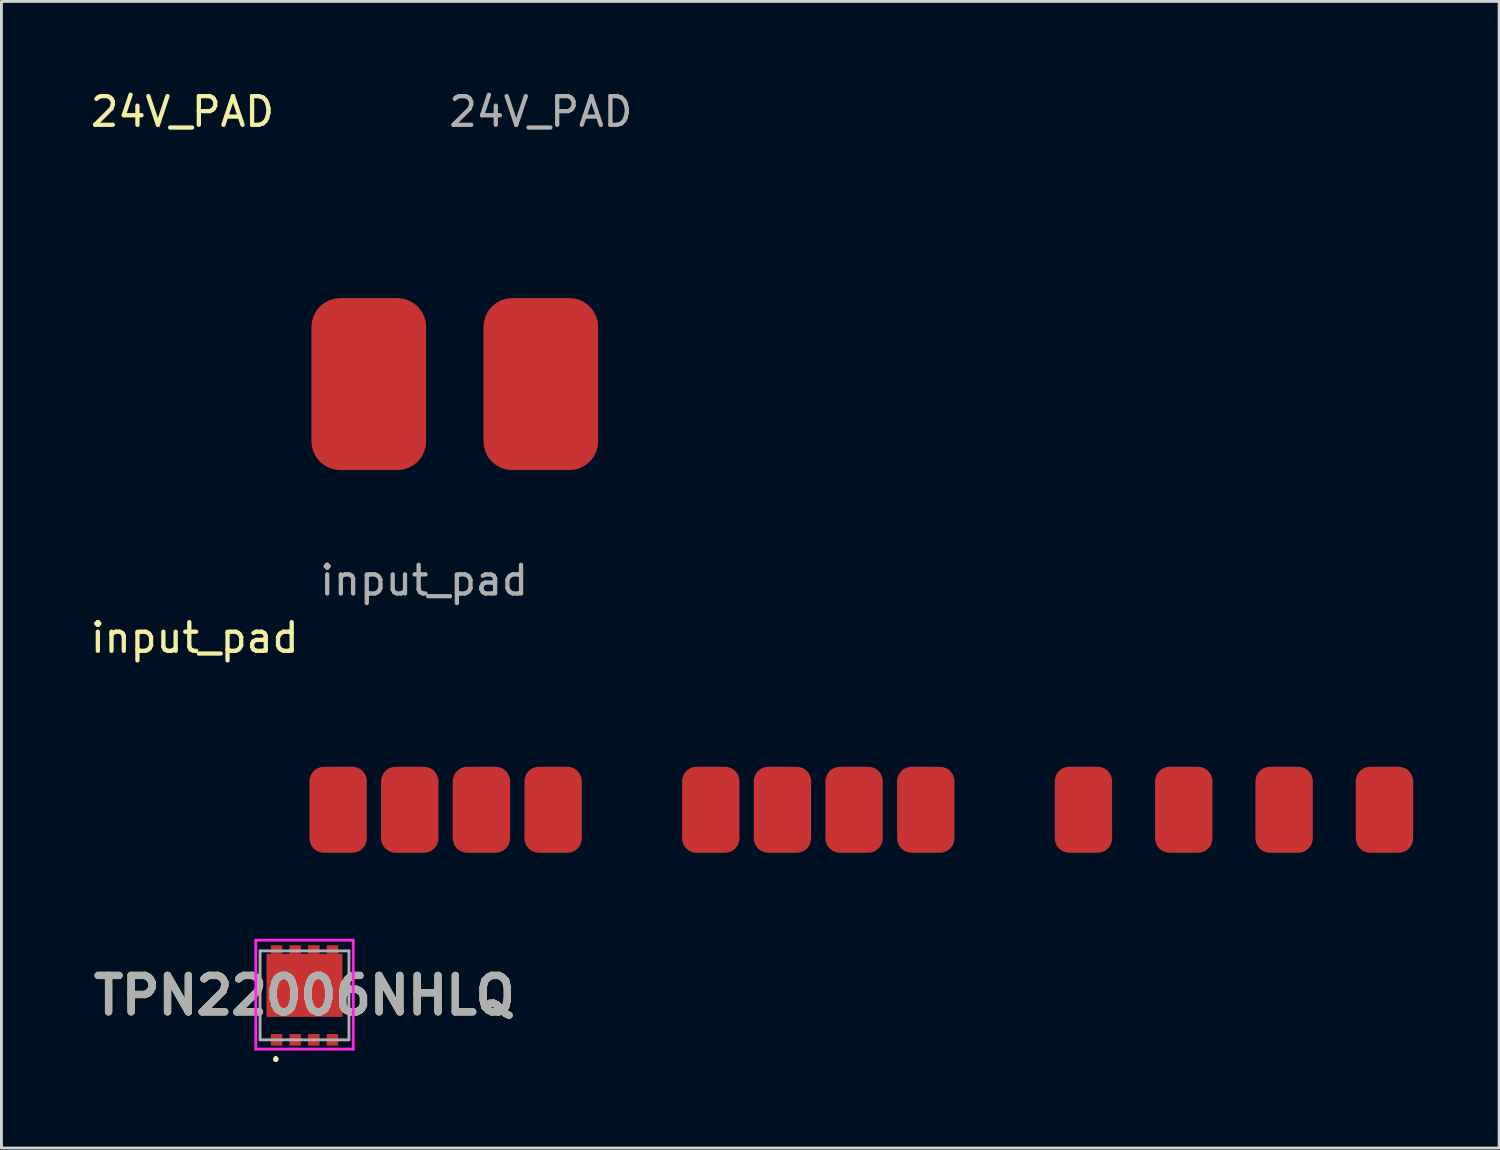
<source format=kicad_pcb>
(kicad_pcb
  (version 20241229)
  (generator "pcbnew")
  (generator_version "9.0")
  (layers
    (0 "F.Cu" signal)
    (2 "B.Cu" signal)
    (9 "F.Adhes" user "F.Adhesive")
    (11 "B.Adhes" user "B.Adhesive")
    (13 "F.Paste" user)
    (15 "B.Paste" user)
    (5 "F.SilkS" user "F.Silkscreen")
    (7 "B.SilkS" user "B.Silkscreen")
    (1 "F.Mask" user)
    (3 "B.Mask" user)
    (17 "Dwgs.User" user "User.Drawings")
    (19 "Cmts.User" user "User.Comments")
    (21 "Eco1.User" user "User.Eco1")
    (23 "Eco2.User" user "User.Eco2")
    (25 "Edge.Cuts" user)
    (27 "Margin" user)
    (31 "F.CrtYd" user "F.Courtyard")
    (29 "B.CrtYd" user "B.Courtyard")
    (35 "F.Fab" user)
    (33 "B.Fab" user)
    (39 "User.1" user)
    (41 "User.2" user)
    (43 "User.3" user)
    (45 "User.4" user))
  (footprint "24V_PAD"
    (layer "F.Cu")
    (at 9.815 10.348)
    (property "Reference" "24V_PAD" (at -6.5 -9.5 0) (unlocked yes) (layer "F.SilkS") (effects (font (size 1 1) (thickness 0.15))))
    (attr smd)
    (fp_text user "${REFERENCE}" (at 6 -9.5 0) (unlocked yes) (layer "F.Fab") (effects (font (size 1 1) (thickness 0.15))))
    (pad "1" smd roundrect (at 0 0) (size 4 6) (layers "F.Cu" "F.Mask" "F.Paste") (roundrect_rratio 0.25))
    (pad "2" smd roundrect (at 6 0) (size 4 6) (layers "F.Cu" "F.Mask" "F.Paste") (roundrect_rratio 0.25)))
  (footprint "input_pad"
    (layer "F.Cu")
    (at 8.744 25.197)
    (property "Reference" "input_pad" (at -5 -6 0) (unlocked yes) (layer "F.SilkS") (effects (font (size 1 1) (thickness 0.15))))
    (attr smd)
    (fp_text user "${REFERENCE}" (at 3 -8 0) (unlocked yes) (layer "F.Fab") (effects (font (size 1 1) (thickness 0.15))))
    (pad "1" smd roundrect (at 36.5 0) (size 2 3) (layers "F.Cu" "F.Mask" "F.Paste") (roundrect_rratio 0.25))
    (pad "2" smd roundrect (at 33 0) (size 2 3) (layers "F.Cu" "F.Mask" "F.Paste") (roundrect_rratio 0.25))
    (pad "3" smd roundrect (at 29.5 0) (size 2 3) (layers "F.Cu" "F.Mask" "F.Paste") (roundrect_rratio 0.25))
    (pad "4" smd roundrect (at 26 0) (size 2 3) (layers "F.Cu" "F.Mask" "F.Paste") (roundrect_rratio 0.25))
    (pad "5" smd roundrect (at 20.5 0) (size 2 3) (layers "F.Cu" "F.Mask" "F.Paste") (roundrect_rratio 0.25))
    (pad "6" smd roundrect (at 18 0) (size 2 3) (layers "F.Cu" "F.Mask" "F.Paste") (roundrect_rratio 0.25))
    (pad "7" smd roundrect (at 15.5 0) (size 2 3) (layers "F.Cu" "F.Mask" "F.Paste") (roundrect_rratio 0.25))
    (pad "8" smd roundrect (at 13 0) (size 2 3) (layers "F.Cu" "F.Mask" "F.Paste") (roundrect_rratio 0.25))
    (pad "9" smd roundrect (at 7.5 0) (size 2 3) (layers "F.Cu" "F.Mask" "F.Paste") (roundrect_rratio 0.25))
    (pad "10" smd roundrect (at 5 0) (size 2 3) (layers "F.Cu" "F.Mask" "F.Paste") (roundrect_rratio 0.25))
    (pad "11" smd roundrect (at 2.5 0) (size 2 3) (layers "F.Cu" "F.Mask" "F.Paste") (roundrect_rratio 0.25))
    (pad "12" smd roundrect (at 0 0) (size 2 3) (layers "F.Cu" "F.Mask" "F.Paste") (roundrect_rratio 0.25)))
  (footprint "TPN22006NHLQ"
    (layer "F.Cu")
    (at 7.572 31.646)
    (property "Reference" "TPN22006NHLQ" (at 0 0.025 0) (layer "F.SilkS") (effects (font (size 1.27 1.27) (thickness 0.254))))
    (attr smd)
    (fp_line (start -1 2.2) (end -1 2.2) (stroke (width 0.1) (type solid)) (layer "F.SilkS"))
    (fp_line (start -1 2.3) (end -1 2.3) (stroke (width 0.1) (type solid)) (layer "F.SilkS"))
    (fp_arc (start -1 2.2) (mid -0.95 2.25) (end -1 2.3) (stroke (width 0.1) (type solid)) (layer "F.SilkS"))
    (fp_arc (start -1 2.3) (mid -1.05 2.25) (end -1 2.2) (stroke (width 0.1) (type solid)) (layer "F.SilkS"))
    (fp_line (start -1.7 -1.9) (end 1.7 -1.9) (stroke (width 0.1) (type solid)) (layer "F.CrtYd"))
    (fp_line (start -1.7 1.9) (end -1.7 -1.9) (stroke (width 0.1) (type solid)) (layer "F.CrtYd"))
    (fp_line (start 1.7 -1.9) (end 1.7 1.9) (stroke (width 0.1) (type solid)) (layer "F.CrtYd"))
    (fp_line (start 1.7 1.9) (end -1.7 1.9) (stroke (width 0.1) (type solid)) (layer "F.CrtYd"))
    (fp_line (start -1.55 -1.525) (end 1.55 -1.525) (stroke (width 0.1) (type solid)) (layer "F.Fab"))
    (fp_line (start -1.55 1.575) (end -1.55 -1.525) (stroke (width 0.1) (type solid)) (layer "F.Fab"))
    (fp_line (start 1.55 -1.525) (end 1.55 1.575) (stroke (width 0.1) (type solid)) (layer "F.Fab"))
    (fp_line (start 1.55 1.575) (end -1.55 1.575) (stroke (width 0.1) (type solid)) (layer "F.Fab"))
    (fp_text user "${REFERENCE}" (at 0 0.025 0) (layer "F.Fab") (effects (font (size 1.27 1.27) (thickness 0.254))))
    (pad "1" smd rect (at -0.975 1.575) (size 0.4 0.4) (layers "F.Cu" "F.Mask" "F.Paste"))
    (pad "2" smd rect (at -0.325 1.575) (size 0.4 0.4) (layers "F.Cu" "F.Mask" "F.Paste"))
    (pad "3" smd rect (at 0.325 1.575) (size 0.4 0.4) (layers "F.Cu" "F.Mask" "F.Paste"))
    (pad "4" smd rect (at 0.975 1.575) (size 0.4 0.4) (layers "F.Cu" "F.Mask" "F.Paste"))
    (pad "5" smd rect (at 0.975 -1.575 90) (size 0.3 0.4) (layers "F.Cu" "F.Mask" "F.Paste"))
    (pad "6" smd rect (at 0.325 -1.575 90) (size 0.3 0.4) (layers "F.Cu" "F.Mask" "F.Paste"))
    (pad "7" smd rect (at -0.325 -1.575 90) (size 0.3 0.4) (layers "F.Cu" "F.Mask" "F.Paste"))
    (pad "8" smd rect (at -0.975 -1.575 90) (size 0.3 0.4) (layers "F.Cu" "F.Mask" "F.Paste"))
    (pad "9" smd rect (at 0 -0.325 90) (size 2.2 2.65) (layers "F.Cu" "F.Mask" "F.Paste")))
  (gr_rect
    (start -3 -3)
    (end 49.244 36.996)
    (stroke (width 0.1) (type default))
    (fill no)
    (layer "Edge.Cuts")))
</source>
